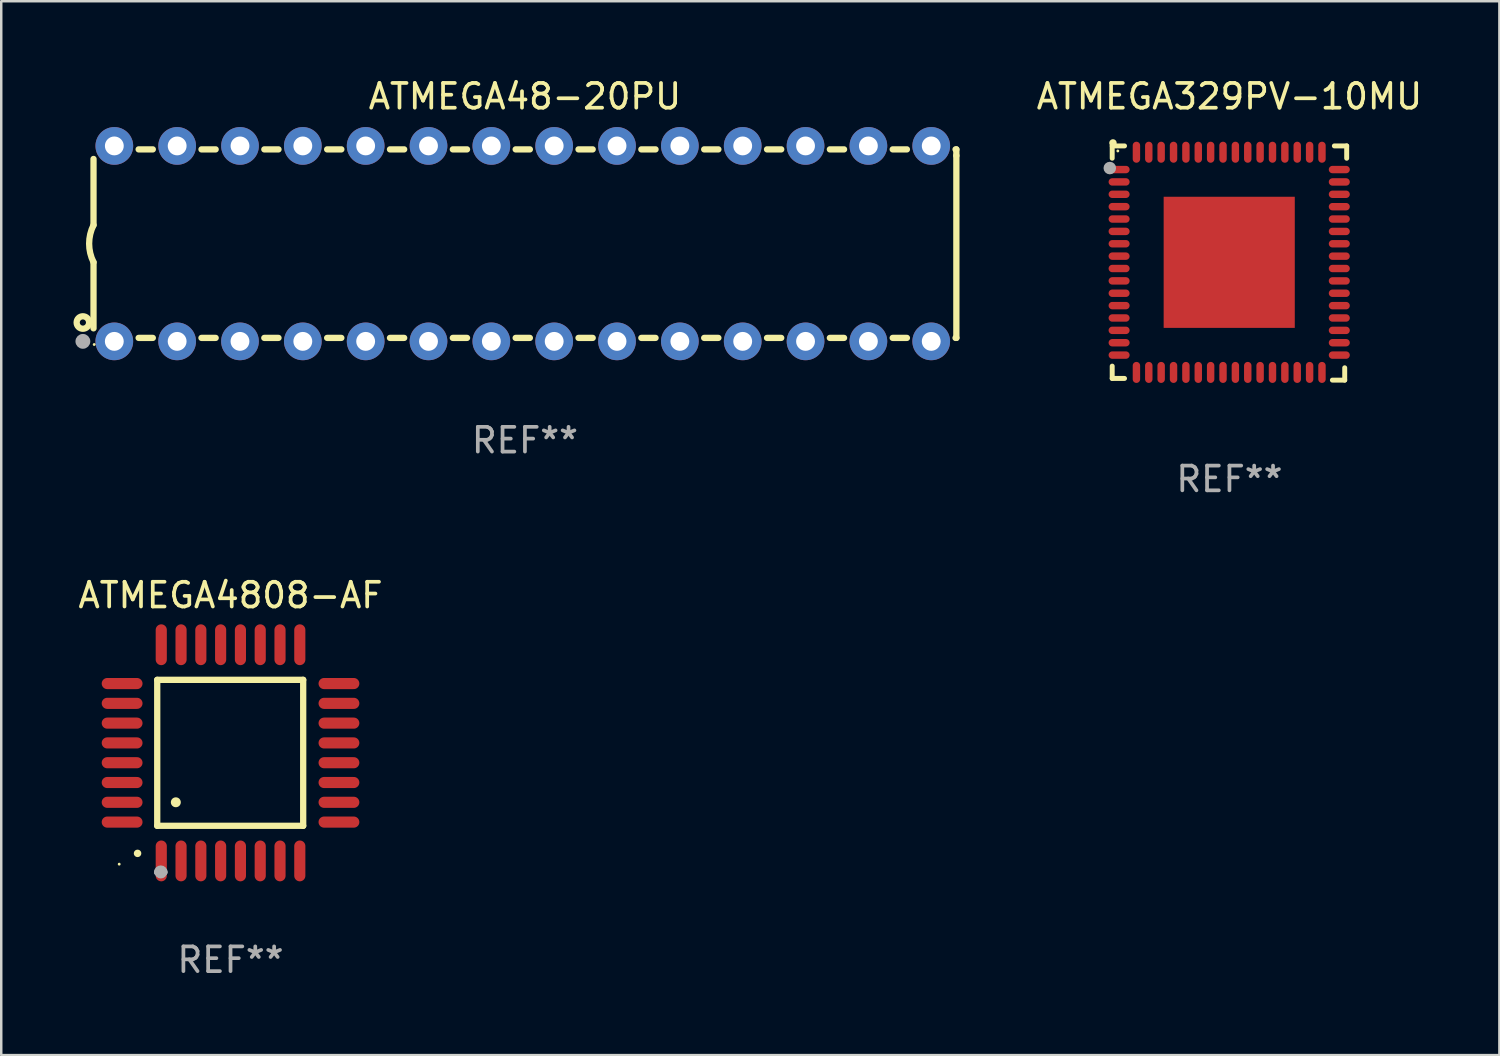
<source format=kicad_pcb>
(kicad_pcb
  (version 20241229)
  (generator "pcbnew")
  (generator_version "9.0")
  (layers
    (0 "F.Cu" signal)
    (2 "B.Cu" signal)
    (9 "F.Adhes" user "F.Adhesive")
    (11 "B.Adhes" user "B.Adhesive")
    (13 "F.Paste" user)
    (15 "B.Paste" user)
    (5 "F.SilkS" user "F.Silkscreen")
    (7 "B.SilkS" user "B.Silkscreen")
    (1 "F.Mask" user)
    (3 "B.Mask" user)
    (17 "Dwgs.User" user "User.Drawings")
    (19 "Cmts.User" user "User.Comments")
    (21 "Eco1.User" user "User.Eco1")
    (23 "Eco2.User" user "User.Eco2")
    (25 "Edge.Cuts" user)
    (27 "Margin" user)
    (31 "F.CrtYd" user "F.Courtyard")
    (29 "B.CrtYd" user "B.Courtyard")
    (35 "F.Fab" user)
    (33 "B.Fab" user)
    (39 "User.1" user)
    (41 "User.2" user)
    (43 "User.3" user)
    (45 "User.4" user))
  (footprint "ATMEGA48-20PU"
    (layer "F.Cu")
    (at 18.168 6.798)
    (property "Reference" "ATMEGA48-20PU" (at 0 -5.95 0) (layer "F.SilkS") (effects (font (size 1 1) (thickness 0.15))))
    (attr through_hole)
    (fp_line (start -17.438 0.75) (end -17.438 3.423) (stroke (width 0.254) (type solid)) (layer "F.SilkS"))
    (fp_line (start -17.438 -3.423) (end -17.438 -0.75) (stroke (width 0.254) (type solid)) (layer "F.SilkS"))
    (fp_line (start -15.615 3.81) (end -15.041 3.81) (stroke (width 0.254) (type solid)) (layer "F.SilkS"))
    (fp_line (start -15.041 -3.81) (end -15.614 -3.81) (stroke (width 0.254) (type solid)) (layer "F.SilkS"))
    (fp_line (start -13.075 3.81) (end -12.501 3.81) (stroke (width 0.254) (type solid)) (layer "F.SilkS"))
    (fp_line (start -12.501 -3.81) (end -13.074 -3.81) (stroke (width 0.254) (type solid)) (layer "F.SilkS"))
    (fp_line (start -10.535 3.81) (end -9.961 3.81) (stroke (width 0.254) (type solid)) (layer "F.SilkS"))
    (fp_line (start -9.961 -3.81) (end -10.534 -3.81) (stroke (width 0.254) (type solid)) (layer "F.SilkS"))
    (fp_line (start -7.995 3.81) (end -7.421 3.81) (stroke (width 0.254) (type solid)) (layer "F.SilkS"))
    (fp_line (start -7.421 -3.81) (end -7.995 -3.81) (stroke (width 0.254) (type solid)) (layer "F.SilkS"))
    (fp_line (start -5.455 3.81) (end -4.881 3.81) (stroke (width 0.254) (type solid)) (layer "F.SilkS"))
    (fp_line (start -4.881 -3.81) (end -5.455 -3.81) (stroke (width 0.254) (type solid)) (layer "F.SilkS"))
    (fp_line (start -2.915 3.81) (end -2.341 3.81) (stroke (width 0.254) (type solid)) (layer "F.SilkS"))
    (fp_line (start -2.341 -3.81) (end -2.915 -3.81) (stroke (width 0.254) (type solid)) (layer "F.SilkS"))
    (fp_line (start -0.375 3.81) (end 0.199 3.81) (stroke (width 0.254) (type solid)) (layer "F.SilkS"))
    (fp_line (start 0.199 -3.81) (end -0.375 -3.81) (stroke (width 0.254) (type solid)) (layer "F.SilkS"))
    (fp_line (start 2.165 3.81) (end 2.739 3.81) (stroke (width 0.254) (type solid)) (layer "F.SilkS"))
    (fp_line (start 2.739 -3.81) (end 2.165 -3.81) (stroke (width 0.254) (type solid)) (layer "F.SilkS"))
    (fp_line (start 4.705 3.81) (end 5.279 3.81) (stroke (width 0.254) (type solid)) (layer "F.SilkS"))
    (fp_line (start 5.279 -3.81) (end 4.705 -3.81) (stroke (width 0.254) (type solid)) (layer "F.SilkS"))
    (fp_line (start 7.245 3.81) (end 7.819 3.81) (stroke (width 0.254) (type solid)) (layer "F.SilkS"))
    (fp_line (start 7.819 -3.81) (end 7.245 -3.81) (stroke (width 0.254) (type solid)) (layer "F.SilkS"))
    (fp_line (start 9.785 3.81) (end 10.359 3.81) (stroke (width 0.254) (type solid)) (layer "F.SilkS"))
    (fp_line (start 10.359 -3.81) (end 9.785 -3.81) (stroke (width 0.254) (type solid)) (layer "F.SilkS"))
    (fp_line (start 12.325 3.81) (end 12.899 3.81) (stroke (width 0.254) (type solid)) (layer "F.SilkS"))
    (fp_line (start 12.899 -3.81) (end 12.325 -3.81) (stroke (width 0.254) (type solid)) (layer "F.SilkS"))
    (fp_line (start 14.865 3.81) (end 15.439 3.81) (stroke (width 0.254) (type solid)) (layer "F.SilkS"))
    (fp_line (start 15.439 -3.81) (end 14.865 -3.81) (stroke (width 0.254) (type solid)) (layer "F.SilkS"))
    (fp_line (start 17.405 3.81) (end 17.438 3.81) (stroke (width 0.254) (type solid)) (layer "F.SilkS"))
    (fp_line (start 17.438 -3.81) (end 17.405 -3.81) (stroke (width 0.254) (type solid)) (layer "F.SilkS"))
    (fp_line (start 17.438 -3.556) (end 17.438 -3.81) (stroke (width 0.254) (type solid)) (layer "F.SilkS"))
    (fp_line (start 17.438 3.81) (end 17.438 -3.556) (stroke (width 0.254) (type solid)) (layer "F.SilkS"))
    (fp_arc (start -17.437986 0.749657) (mid -17.614887 -0.000024) (end -17.437783 -0.749657) (stroke (width 0.254001) (type solid)) (layer "F.SilkS"))
    (fp_circle (center -17.868 3.188) (end -17.743 3.188) (stroke (width 0.254) (type solid)) (fill no) (layer "F.SilkS"))
    (fp_circle (center -17.411 4.077) (end -17.381 4.077) (stroke (width 0.06) (type solid)) (fill no) (layer "F.SilkS"))
    (fp_circle (center -17.868 3.95) (end -17.718 3.95) (stroke (width 0.3) (type solid)) (fill no) (layer "F.Fab"))
    (fp_text user "REF**" (at 0 7.95 0) (layer "F.Fab") (effects (font (size 1 1) (thickness 0.15))))
    (pad "1" thru_hole circle (at -16.598 3.95) (size 1.524 1.524) (drill 0.762) (layers "*.Cu" "*.Mask"))
    (pad "2" thru_hole circle (at -14.058 3.95) (size 1.524 1.524) (drill 0.762) (layers "*.Cu" "*.Mask"))
    (pad "3" thru_hole circle (at -11.518 3.95) (size 1.524 1.524) (drill 0.762) (layers "*.Cu" "*.Mask"))
    (pad "4" thru_hole circle (at -8.978 3.95) (size 1.524 1.524) (drill 0.762) (layers "*.Cu" "*.Mask"))
    (pad "5" thru_hole circle (at -6.438 3.95) (size 1.524 1.524) (drill 0.762) (layers "*.Cu" "*.Mask"))
    (pad "6" thru_hole circle (at -3.898 3.95) (size 1.524 1.524) (drill 0.762) (layers "*.Cu" "*.Mask"))
    (pad "7" thru_hole circle (at -1.358 3.95) (size 1.524 1.524) (drill 0.762) (layers "*.Cu" "*.Mask"))
    (pad "8" thru_hole circle (at 1.182 3.95) (size 1.524 1.524) (drill 0.762) (layers "*.Cu" "*.Mask"))
    (pad "9" thru_hole circle (at 3.722 3.95) (size 1.524 1.524) (drill 0.762) (layers "*.Cu" "*.Mask"))
    (pad "10" thru_hole circle (at 6.262 3.95) (size 1.524 1.524) (drill 0.762) (layers "*.Cu" "*.Mask"))
    (pad "11" thru_hole circle (at 8.802 3.95) (size 1.524 1.524) (drill 0.762) (layers "*.Cu" "*.Mask"))
    (pad "12" thru_hole circle (at 11.342 3.95) (size 1.524 1.524) (drill 0.762) (layers "*.Cu" "*.Mask"))
    (pad "13" thru_hole circle (at 13.882 3.95) (size 1.524 1.524) (drill 0.762) (layers "*.Cu" "*.Mask"))
    (pad "14" thru_hole circle (at 16.422 3.95) (size 1.524 1.524) (drill 0.762) (layers "*.Cu" "*.Mask"))
    (pad "15" thru_hole circle (at 16.422 -3.95) (size 1.524 1.524) (drill 0.762) (layers "*.Cu" "*.Mask"))
    (pad "16" thru_hole circle (at 13.882 -3.95) (size 1.524 1.524) (drill 0.762) (layers "*.Cu" "*.Mask"))
    (pad "17" thru_hole circle (at 11.342 -3.95) (size 1.524 1.524) (drill 0.762) (layers "*.Cu" "*.Mask"))
    (pad "18" thru_hole circle (at 8.802 -3.95) (size 1.524 1.524) (drill 0.762) (layers "*.Cu" "*.Mask"))
    (pad "19" thru_hole circle (at 6.262 -3.95) (size 1.524 1.524) (drill 0.762) (layers "*.Cu" "*.Mask"))
    (pad "20" thru_hole circle (at 3.722 -3.95) (size 1.524 1.524) (drill 0.762) (layers "*.Cu" "*.Mask"))
    (pad "21" thru_hole circle (at 1.182 -3.95) (size 1.524 1.524) (drill 0.762) (layers "*.Cu" "*.Mask"))
    (pad "22" thru_hole circle (at -1.358 -3.95) (size 1.524 1.524) (drill 0.762) (layers "*.Cu" "*.Mask"))
    (pad "23" thru_hole circle (at -3.898 -3.95) (size 1.524 1.524) (drill 0.762) (layers "*.Cu" "*.Mask"))
    (pad "24" thru_hole circle (at -6.438 -3.95) (size 1.524 1.524) (drill 0.762) (layers "*.Cu" "*.Mask"))
    (pad "25" thru_hole circle (at -8.978 -3.95) (size 1.524 1.524) (drill 0.762) (layers "*.Cu" "*.Mask"))
    (pad "26" thru_hole circle (at -11.517 -3.95) (size 1.524 1.524) (drill 0.762) (layers "*.Cu" "*.Mask"))
    (pad "27" thru_hole circle (at -14.057 -3.95) (size 1.524 1.524) (drill 0.762) (layers "*.Cu" "*.Mask"))
    (pad "28" thru_hole circle (at -16.597 -3.95) (size 1.524 1.524) (drill 0.762) (layers "*.Cu" "*.Mask")))
  (footprint "ATMEGA329PV-10MU"
    (layer "F.Cu")
    (at 46.644 7.581)
    (property "Reference" "ATMEGA329PV-10MU" (at 0 -6.733 0) (layer "F.SilkS") (effects (font (size 1 1) (thickness 0.15))))
    (attr through_hole)
    (fp_line (start -4.739 -4.733) (end -4.241 -4.733) (stroke (width 0.2) (type solid)) (layer "F.SilkS"))
    (fp_line (start -4.739 -4.235) (end -4.739 -4.733) (stroke (width 0.2) (type solid)) (layer "F.SilkS"))
    (fp_line (start -4.739 4.168) (end -4.739 4.665) (stroke (width 0.2) (type solid)) (layer "F.SilkS"))
    (fp_line (start -4.739 4.665) (end -4.241 4.665) (stroke (width 0.2) (type solid)) (layer "F.SilkS"))
    (fp_line (start 4.161 4.733) (end 4.659 4.733) (stroke (width 0.2) (type solid)) (layer "F.SilkS"))
    (fp_line (start 4.241 -4.733) (end 4.739 -4.733) (stroke (width 0.2) (type solid)) (layer "F.SilkS"))
    (fp_line (start 4.659 4.733) (end 4.659 4.235) (stroke (width 0.2) (type solid)) (layer "F.SilkS"))
    (fp_line (start 4.739 -4.733) (end 4.739 -4.235) (stroke (width 0.2) (type solid)) (layer "F.SilkS"))
    (fp_arc (start -4.708623 -4.85108) (mid -4.708628 -4.85235) (end -4.708623 -4.85362) (stroke (width 0.3) (type solid)) (layer "F.SilkS"))
    (fp_circle (center -4.511 -4.529) (end -4.481 -4.529) (stroke (width 0.06) (type solid)) (fill no) (layer "F.SilkS"))
    (fp_circle (center -4.836 -3.838) (end -4.709 -3.838) (stroke (width 0.254) (type solid)) (fill no) (layer "F.Fab"))
    (fp_text user "REF**" (at 0 8.733 0) (layer "F.Fab") (effects (font (size 1 1) (thickness 0.15))))
    (pad "1" smd oval (at -4.46 -3.778) (size 0.85 0.3) (layers "F.Cu" "F.Mask" "F.Paste"))
    (pad "2" smd oval (at -4.46 -3.278) (size 0.85 0.3) (layers "F.Cu" "F.Mask" "F.Paste"))
    (pad "3" smd oval (at -4.46 -2.778) (size 0.85 0.3) (layers "F.Cu" "F.Mask" "F.Paste"))
    (pad "4" smd oval (at -4.46 -2.278) (size 0.85 0.3) (layers "F.Cu" "F.Mask" "F.Paste"))
    (pad "5" smd oval (at -4.46 -1.778) (size 0.85 0.3) (layers "F.Cu" "F.Mask" "F.Paste"))
    (pad "6" smd oval (at -4.46 -1.278) (size 0.85 0.3) (layers "F.Cu" "F.Mask" "F.Paste"))
    (pad "7" smd oval (at -4.46 -0.778) (size 0.85 0.3) (layers "F.Cu" "F.Mask" "F.Paste"))
    (pad "8" smd oval (at -4.46 -0.278) (size 0.85 0.3) (layers "F.Cu" "F.Mask" "F.Paste"))
    (pad "9" smd oval (at -4.46 0.222) (size 0.85 0.3) (layers "F.Cu" "F.Mask" "F.Paste"))
    (pad "10" smd oval (at -4.46 0.722) (size 0.85 0.3) (layers "F.Cu" "F.Mask" "F.Paste"))
    (pad "11" smd oval (at -4.46 1.222) (size 0.85 0.3) (layers "F.Cu" "F.Mask" "F.Paste"))
    (pad "12" smd oval (at -4.46 1.722) (size 0.85 0.3) (layers "F.Cu" "F.Mask" "F.Paste"))
    (pad "13" smd oval (at -4.46 2.222) (size 0.85 0.3) (layers "F.Cu" "F.Mask" "F.Paste"))
    (pad "14" smd oval (at -4.46 2.722) (size 0.85 0.3) (layers "F.Cu" "F.Mask" "F.Paste"))
    (pad "15" smd oval (at -4.46 3.222) (size 0.85 0.3) (layers "F.Cu" "F.Mask" "F.Paste"))
    (pad "16" smd oval (at -4.46 3.722) (size 0.85 0.3) (layers "F.Cu" "F.Mask" "F.Paste"))
    (pad "17" smd oval (at -3.76 4.422) (size 0.3 0.85) (layers "F.Cu" "F.Mask" "F.Paste"))
    (pad "18" smd oval (at -3.26 4.422) (size 0.3 0.85) (layers "F.Cu" "F.Mask" "F.Paste"))
    (pad "19" smd oval (at -2.76 4.422) (size 0.3 0.85) (layers "F.Cu" "F.Mask" "F.Paste"))
    (pad "20" smd oval (at -2.26 4.422) (size 0.3 0.85) (layers "F.Cu" "F.Mask" "F.Paste"))
    (pad "21" smd oval (at -1.76 4.422) (size 0.3 0.85) (layers "F.Cu" "F.Mask" "F.Paste"))
    (pad "22" smd oval (at -1.26 4.422) (size 0.3 0.85) (layers "F.Cu" "F.Mask" "F.Paste"))
    (pad "23" smd oval (at -0.76 4.422) (size 0.3 0.85) (layers "F.Cu" "F.Mask" "F.Paste"))
    (pad "24" smd oval (at -0.26 4.422) (size 0.3 0.85) (layers "F.Cu" "F.Mask" "F.Paste"))
    (pad "25" smd oval (at 0.24 4.422) (size 0.3 0.85) (layers "F.Cu" "F.Mask" "F.Paste"))
    (pad "26" smd oval (at 0.74 4.422) (size 0.3 0.85) (layers "F.Cu" "F.Mask" "F.Paste"))
    (pad "27" smd oval (at 1.24 4.422) (size 0.3 0.85) (layers "F.Cu" "F.Mask" "F.Paste"))
    (pad "28" smd oval (at 1.74 4.422) (size 0.3 0.85) (layers "F.Cu" "F.Mask" "F.Paste"))
    (pad "29" smd oval (at 2.24 4.422) (size 0.3 0.85) (layers "F.Cu" "F.Mask" "F.Paste"))
    (pad "30" smd oval (at 2.74 4.422) (size 0.3 0.85) (layers "F.Cu" "F.Mask" "F.Paste"))
    (pad "31" smd oval (at 3.24 4.422) (size 0.3 0.85) (layers "F.Cu" "F.Mask" "F.Paste"))
    (pad "32" smd oval (at 3.74 4.422) (size 0.3 0.85) (layers "F.Cu" "F.Mask" "F.Paste"))
    (pad "33" smd oval (at 4.44 3.723) (size 0.85 0.3) (layers "F.Cu" "F.Mask" "F.Paste"))
    (pad "34" smd oval (at 4.44 3.222) (size 0.85 0.3) (layers "F.Cu" "F.Mask" "F.Paste"))
    (pad "35" smd oval (at 4.44 2.723) (size 0.85 0.3) (layers "F.Cu" "F.Mask" "F.Paste"))
    (pad "36" smd oval (at 4.44 2.222) (size 0.85 0.3) (layers "F.Cu" "F.Mask" "F.Paste"))
    (pad "37" smd oval (at 4.44 1.723) (size 0.85 0.3) (layers "F.Cu" "F.Mask" "F.Paste"))
    (pad "38" smd oval (at 4.44 1.222) (size 0.85 0.3) (layers "F.Cu" "F.Mask" "F.Paste"))
    (pad "39" smd oval (at 4.44 0.723) (size 0.85 0.3) (layers "F.Cu" "F.Mask" "F.Paste"))
    (pad "40" smd oval (at 4.44 0.222) (size 0.85 0.3) (layers "F.Cu" "F.Mask" "F.Paste"))
    (pad "41" smd oval (at 4.44 -0.277) (size 0.85 0.3) (layers "F.Cu" "F.Mask" "F.Paste"))
    (pad "42" smd oval (at 4.44 -0.778) (size 0.85 0.3) (layers "F.Cu" "F.Mask" "F.Paste"))
    (pad "43" smd oval (at 4.44 -1.277) (size 0.85 0.3) (layers "F.Cu" "F.Mask" "F.Paste"))
    (pad "44" smd oval (at 4.44 -1.778) (size 0.85 0.3) (layers "F.Cu" "F.Mask" "F.Paste"))
    (pad "45" smd oval (at 4.44 -2.277) (size 0.85 0.3) (layers "F.Cu" "F.Mask" "F.Paste"))
    (pad "46" smd oval (at 4.44 -2.778) (size 0.85 0.3) (layers "F.Cu" "F.Mask" "F.Paste"))
    (pad "47" smd oval (at 4.44 -3.277) (size 0.85 0.3) (layers "F.Cu" "F.Mask" "F.Paste"))
    (pad "48" smd oval (at 4.44 -3.778) (size 0.85 0.3) (layers "F.Cu" "F.Mask" "F.Paste"))
    (pad "49" smd oval (at 3.74 -4.478) (size 0.3 0.85) (layers "F.Cu" "F.Mask" "F.Paste"))
    (pad "50" smd oval (at 3.24 -4.478) (size 0.3 0.85) (layers "F.Cu" "F.Mask" "F.Paste"))
    (pad "51" smd oval (at 2.74 -4.478) (size 0.3 0.85) (layers "F.Cu" "F.Mask" "F.Paste"))
    (pad "52" smd oval (at 2.24 -4.478) (size 0.3 0.85) (layers "F.Cu" "F.Mask" "F.Paste"))
    (pad "53" smd oval (at 1.74 -4.478) (size 0.3 0.85) (layers "F.Cu" "F.Mask" "F.Paste"))
    (pad "54" smd oval (at 1.24 -4.478) (size 0.3 0.85) (layers "F.Cu" "F.Mask" "F.Paste"))
    (pad "55" smd oval (at 0.74 -4.478) (size 0.3 0.85) (layers "F.Cu" "F.Mask" "F.Paste"))
    (pad "56" smd oval (at 0.24 -4.478) (size 0.3 0.85) (layers "F.Cu" "F.Mask" "F.Paste"))
    (pad "57" smd oval (at -0.26 -4.478) (size 0.3 0.85) (layers "F.Cu" "F.Mask" "F.Paste"))
    (pad "58" smd oval (at -0.76 -4.478) (size 0.3 0.85) (layers "F.Cu" "F.Mask" "F.Paste"))
    (pad "59" smd oval (at -1.26 -4.478) (size 0.3 0.85) (layers "F.Cu" "F.Mask" "F.Paste"))
    (pad "60" smd oval (at -1.76 -4.478) (size 0.3 0.85) (layers "F.Cu" "F.Mask" "F.Paste"))
    (pad "61" smd oval (at -2.26 -4.478) (size 0.3 0.85) (layers "F.Cu" "F.Mask" "F.Paste"))
    (pad "62" smd oval (at -2.76 -4.478) (size 0.3 0.85) (layers "F.Cu" "F.Mask" "F.Paste"))
    (pad "63" smd oval (at -3.26 -4.478) (size 0.3 0.85) (layers "F.Cu" "F.Mask" "F.Paste"))
    (pad "64" smd oval (at -3.76 -4.478) (size 0.3 0.85) (layers "F.Cu" "F.Mask" "F.Paste"))
    (pad "65" smd rect (at -0.009 -0.028 90) (size 5.3 5.3) (layers "F.Cu" "F.Mask" "F.Paste")))
  (footprint "ATMEGA4808-AF"
    (layer "F.Cu")
    (at 6.268 27.379)
    (property "Reference" "ATMEGA4808-AF" (at 0 -6.369 0) (layer "F.SilkS") (effects (font (size 1 1) (thickness 0.15))))
    (attr through_hole)
    (fp_line (start -2.963 -2.95) (end -2.963 2.95) (stroke (width 0.254) (type solid)) (layer "F.SilkS"))
    (fp_line (start -2.963 2.95) (end 2.937 2.95) (stroke (width 0.254) (type solid)) (layer "F.SilkS"))
    (fp_line (start 2.937 -2.95) (end -2.963 -2.95) (stroke (width 0.254) (type solid)) (layer "F.SilkS"))
    (fp_line (start 2.937 2.95) (end 2.937 -2.95) (stroke (width 0.254) (type solid)) (layer "F.SilkS"))
    (fp_arc (start -3.759208 4.064008) (mid -3.757938 4.064003) (end -3.756668 4.064008) (stroke (width 0.3) (type solid)) (layer "F.SilkS"))
    (fp_arc (start -2.212344 1.998984) (mid -2.211074 1.99898) (end -2.209804 1.998984) (stroke (width 0.4) (type solid)) (layer "F.SilkS"))
    (fp_circle (center -4.5 4.5) (end -4.47 4.5) (stroke (width 0.06) (type solid)) (fill no) (layer "F.SilkS"))
    (fp_arc (start -2.967489 4.82601) (mid -2.819406 4.677927) (end -2.671323 4.82601) (stroke (width 0.254001) (type solid)) (layer "F.Fab"))
    (fp_arc (start -2.967488 4.82601) (mid -2.819406 4.791053) (end -2.671324 4.82601) (stroke (width 0.254001) (type solid)) (layer "F.Fab"))
    (fp_circle (center -2.819 4.826) (end -2.692 4.826) (stroke (width 0.254) (type solid)) (fill no) (layer "F.Fab"))
    (fp_text user "REF**" (at 0 8.369 0) (layer "F.Fab") (effects (font (size 1 1) (thickness 0.15))))
    (pad "1" smd oval (at -2.8 4.369) (size 0.45 1.65) (layers "F.Cu" "F.Mask" "F.Paste"))
    (pad "2" smd oval (at -2 4.369) (size 0.45 1.65) (layers "F.Cu" "F.Mask" "F.Paste"))
    (pad "3" smd oval (at -1.2 4.369) (size 0.45 1.65) (layers "F.Cu" "F.Mask" "F.Paste"))
    (pad "4" smd oval (at -0.4 4.369) (size 0.45 1.65) (layers "F.Cu" "F.Mask" "F.Paste"))
    (pad "5" smd oval (at 0.4 4.369) (size 0.45 1.65) (layers "F.Cu" "F.Mask" "F.Paste"))
    (pad "6" smd oval (at 1.2 4.369) (size 0.45 1.65) (layers "F.Cu" "F.Mask" "F.Paste"))
    (pad "7" smd oval (at 2 4.369) (size 0.45 1.65) (layers "F.Cu" "F.Mask" "F.Paste"))
    (pad "8" smd oval (at 2.8 4.369) (size 0.45 1.65) (layers "F.Cu" "F.Mask" "F.Paste"))
    (pad "9" smd oval (at 4.382 2.8) (size 1.65 0.45) (layers "F.Cu" "F.Mask" "F.Paste"))
    (pad "10" smd oval (at 4.382 2) (size 1.65 0.45) (layers "F.Cu" "F.Mask" "F.Paste"))
    (pad "11" smd oval (at 4.382 1.2) (size 1.65 0.45) (layers "F.Cu" "F.Mask" "F.Paste"))
    (pad "12" smd oval (at 4.382 0.4) (size 1.65 0.45) (layers "F.Cu" "F.Mask" "F.Paste"))
    (pad "13" smd oval (at 4.382 -0.4) (size 1.65 0.45) (layers "F.Cu" "F.Mask" "F.Paste"))
    (pad "14" smd oval (at 4.382 -1.2) (size 1.65 0.45) (layers "F.Cu" "F.Mask" "F.Paste"))
    (pad "15" smd oval (at 4.382 -2) (size 1.65 0.45) (layers "F.Cu" "F.Mask" "F.Paste"))
    (pad "16" smd oval (at 4.382 -2.8) (size 1.65 0.45) (layers "F.Cu" "F.Mask" "F.Paste"))
    (pad "17" smd oval (at 2.8 -4.369) (size 0.45 1.65) (layers "F.Cu" "F.Mask" "F.Paste"))
    (pad "18" smd oval (at 2 -4.369) (size 0.45 1.65) (layers "F.Cu" "F.Mask" "F.Paste"))
    (pad "19" smd oval (at 1.2 -4.369) (size 0.45 1.65) (layers "F.Cu" "F.Mask" "F.Paste"))
    (pad "20" smd oval (at 0.4 -4.369) (size 0.45 1.65) (layers "F.Cu" "F.Mask" "F.Paste"))
    (pad "21" smd oval (at -0.4 -4.369) (size 0.45 1.65) (layers "F.Cu" "F.Mask" "F.Paste"))
    (pad "22" smd oval (at -1.2 -4.369) (size 0.45 1.65) (layers "F.Cu" "F.Mask" "F.Paste"))
    (pad "23" smd oval (at -2 -4.369) (size 0.45 1.65) (layers "F.Cu" "F.Mask" "F.Paste"))
    (pad "24" smd oval (at -2.8 -4.369) (size 0.45 1.65) (layers "F.Cu" "F.Mask" "F.Paste"))
    (pad "25" smd oval (at -4.382 -2.8) (size 1.65 0.45) (layers "F.Cu" "F.Mask" "F.Paste"))
    (pad "26" smd oval (at -4.382 -2) (size 1.65 0.45) (layers "F.Cu" "F.Mask" "F.Paste"))
    (pad "27" smd oval (at -4.382 -1.2) (size 1.65 0.45) (layers "F.Cu" "F.Mask" "F.Paste"))
    (pad "28" smd oval (at -4.382 -0.4) (size 1.65 0.45) (layers "F.Cu" "F.Mask" "F.Paste"))
    (pad "29" smd oval (at -4.382 0.4) (size 1.65 0.45) (layers "F.Cu" "F.Mask" "F.Paste"))
    (pad "30" smd oval (at -4.382 1.2) (size 1.65 0.45) (layers "F.Cu" "F.Mask" "F.Paste"))
    (pad "31" smd oval (at -4.382 2) (size 1.65 0.45) (layers "F.Cu" "F.Mask" "F.Paste"))
    (pad "32" smd oval (at -4.382 2.8) (size 1.65 0.45) (layers "F.Cu" "F.Mask" "F.Paste")))
  (gr_rect
    (start -3 -3)
    (end 57.555 39.596)
    (stroke (width 0.1) (type default))
    (fill no)
    (layer "Edge.Cuts")))
</source>
